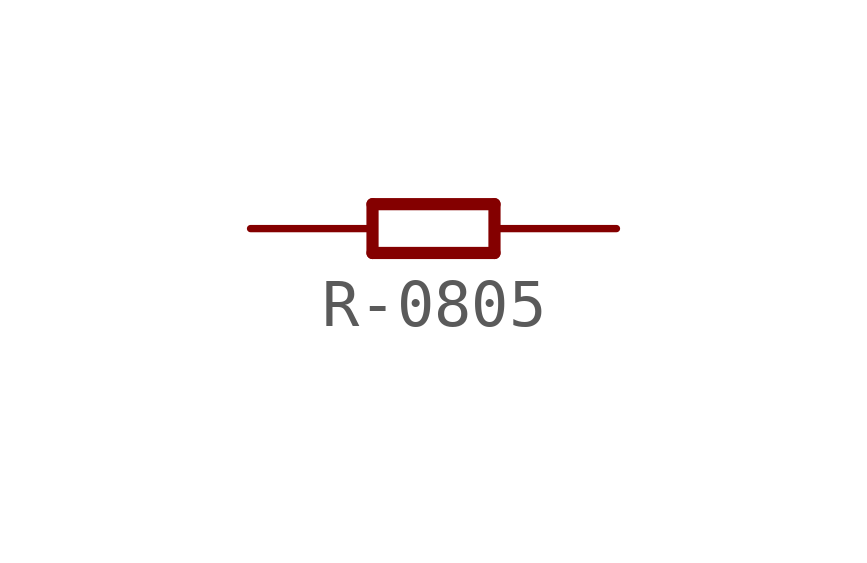
<source format=kicad_sym>
(kicad_symbol_lib
  (version 20231120)
  (generator "kicad_symbol_editor")
  (generator_version "8.0")
  (symbol "R-0805"
    (property "Reference" "R"
      (at -2.54 0 0)
      (effects (font (size 0.635 0.54)) (justify left bottom) (hide yes)))
    (property "ki_locked" ""
      (at 0 0 0)
      (effects (font (size 1.27 1.27))))
    (symbol "R-0805_1_0"
      (polyline (pts (xy -1.27 -0.508) (xy -1.27 0.508)) (stroke (width 0.254) (type solid)) (fill (type none)))
      (polyline (pts (xy -1.27 0.508) (xy 1.27 0.508)) (stroke (width 0.254) (type solid)) (fill (type none)))
      (polyline (pts (xy 1.27 -0.508) (xy -1.27 -0.508)) (stroke (width 0.254) (type solid)) (fill (type none)))
      (polyline (pts (xy 1.27 0.508) (xy 1.27 -0.508)) (stroke (width 0.254) (type solid)) (fill (type none)))
      (pin passive line (at -3.81 0 0) (length 2.54) (name "1" (effects (font (size 0 0)))) (number "1" (effects (font (size 0 0)))))
      (pin passive line (at 3.81 0 180) (length 2.54) (name "2" (effects (font (size 0 0)))) (number "2" (effects (font (size 0 0))))))))
</source>
